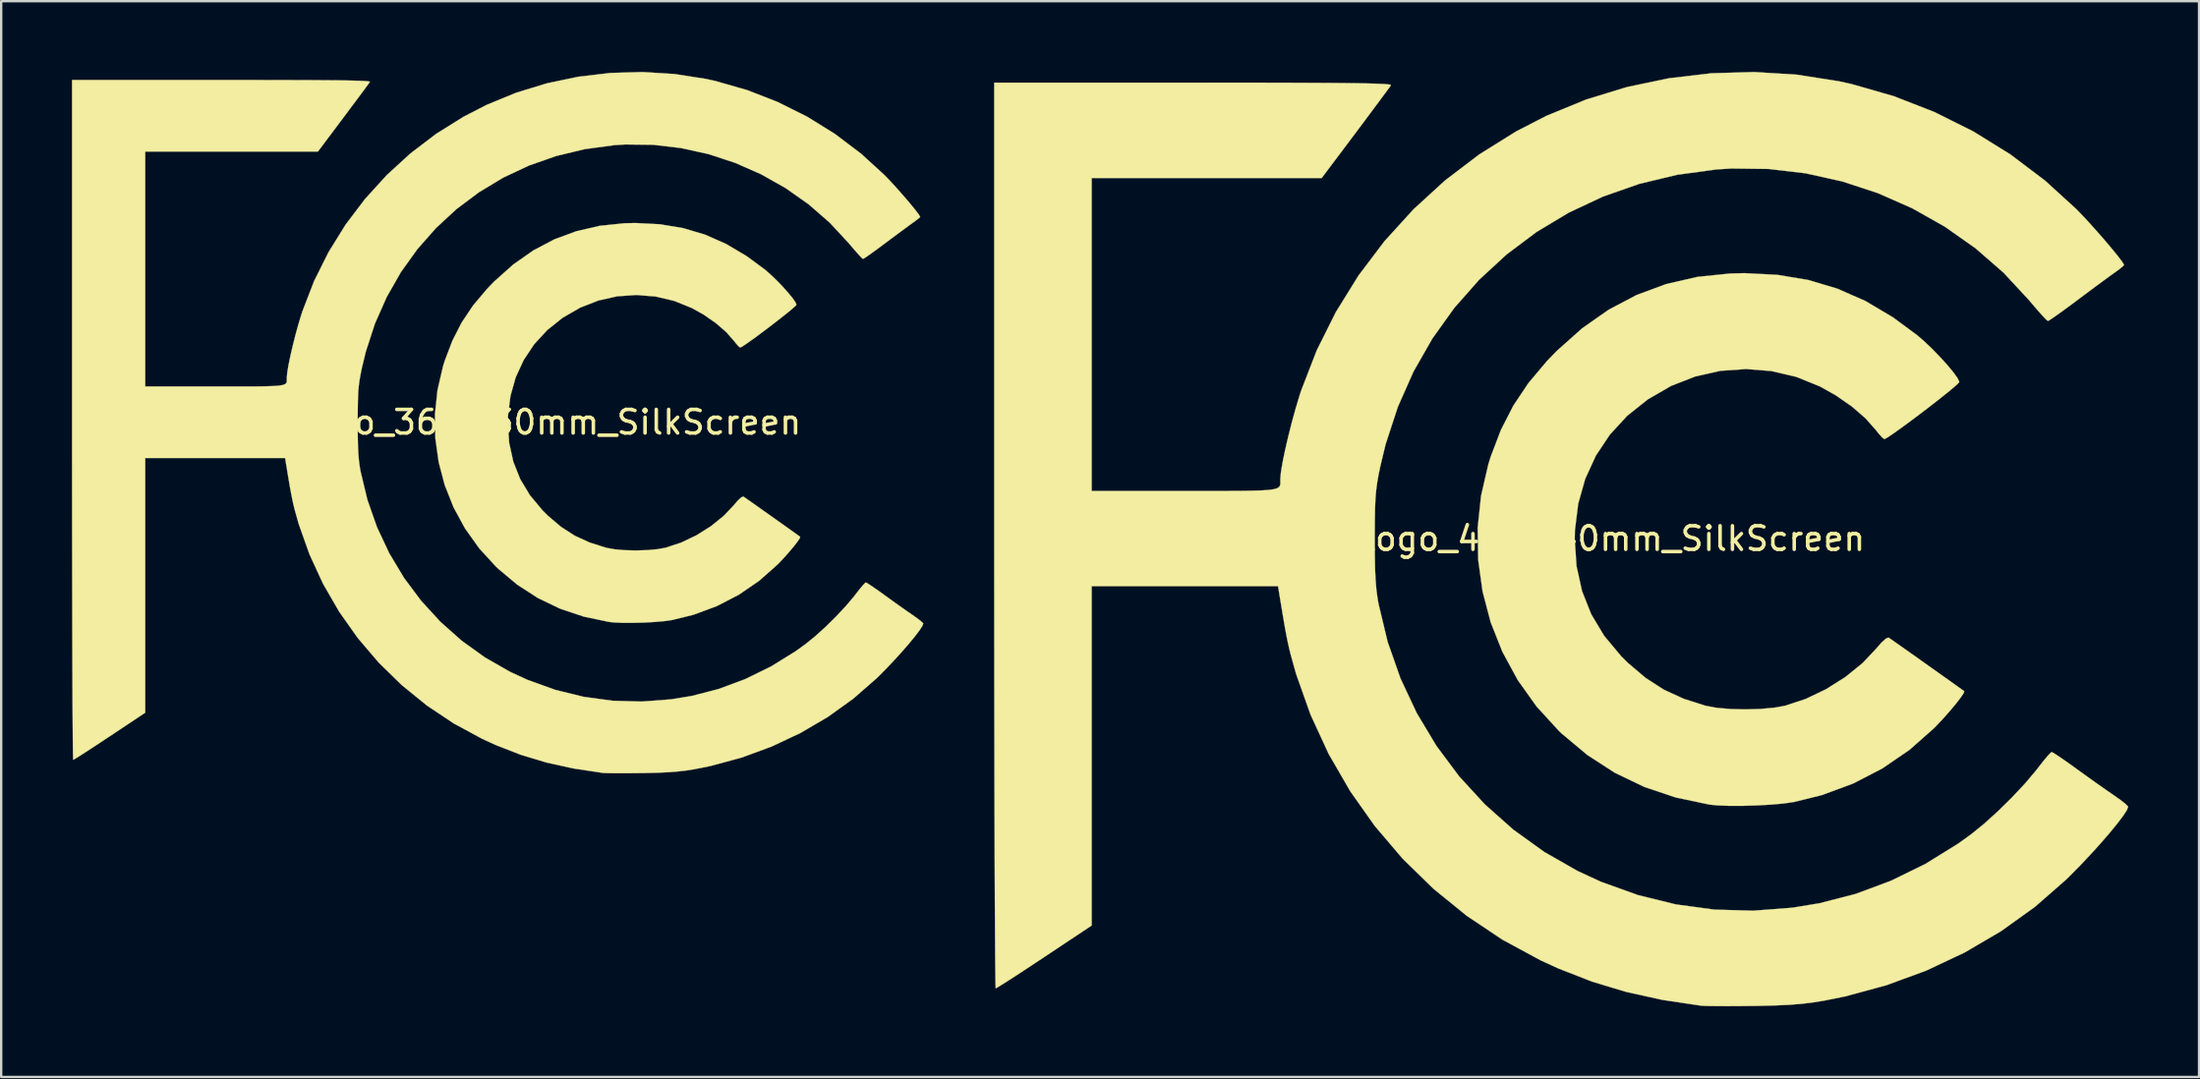
<source format=kicad_pcb>
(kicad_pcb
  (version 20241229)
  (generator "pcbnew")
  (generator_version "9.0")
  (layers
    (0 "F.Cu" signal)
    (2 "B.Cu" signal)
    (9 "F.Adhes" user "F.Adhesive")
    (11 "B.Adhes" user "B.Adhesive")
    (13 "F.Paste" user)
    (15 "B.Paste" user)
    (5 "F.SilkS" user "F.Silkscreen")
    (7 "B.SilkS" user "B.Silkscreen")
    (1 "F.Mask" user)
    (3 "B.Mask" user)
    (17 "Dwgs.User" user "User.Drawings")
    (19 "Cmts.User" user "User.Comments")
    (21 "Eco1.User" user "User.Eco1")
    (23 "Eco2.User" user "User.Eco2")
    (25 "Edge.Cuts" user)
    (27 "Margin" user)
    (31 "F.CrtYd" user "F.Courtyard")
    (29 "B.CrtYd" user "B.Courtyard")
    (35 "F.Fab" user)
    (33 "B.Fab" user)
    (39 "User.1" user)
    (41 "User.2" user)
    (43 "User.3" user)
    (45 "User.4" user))
  (footprint "FCC-Logo_48.3x40mm_SilkScreen"
    (layer "F.Cu")
    (at 63.182 19.791)
    (property "Reference" "FCC-Logo_48.3x40mm_SilkScreen" (at 0 0 0) (layer "F.SilkS") (effects (font (size 1 1) (thickness 0.15))))
    (attr exclude_from_pos_files exclude_from_bom)
    (fp_poly (pts (xy 9.118 -11.185) (xy 10.421 -10.969) (xy 11.661 -10.6) (xy 12.855 -10.074) (xy 14.019 -9.383) (xy 15.046 -8.625) (xy 15.359 -8.354) (xy 15.695 -8.033) (xy 16.027 -7.69) (xy 16.332 -7.353) (xy 16.583 -7.049) (xy 16.758 -6.805) (xy 16.83 -6.651) (xy 16.831 -6.641) (xy 16.764 -6.561) (xy 16.579 -6.398) (xy 16.301 -6.168) (xy 15.954 -5.892) (xy 15.563 -5.588) (xy 15.153 -5.275) (xy 14.748 -4.971) (xy 14.372 -4.695) (xy 14.052 -4.466) (xy 13.81 -4.303) (xy 13.672 -4.225) (xy 13.654 -4.221) (xy 13.563 -4.287) (xy 13.413 -4.454) (xy 13.315 -4.581) (xy 12.863 -5.094) (xy 12.275 -5.604) (xy 11.59 -6.079) (xy 10.932 -6.449) (xy 9.926 -6.857) (xy 8.872 -7.105) (xy 7.793 -7.191) (xy 6.71 -7.116) (xy 5.648 -6.879) (xy 4.627 -6.481) (xy 4.618 -6.477) (xy 3.624 -5.902) (xy 2.756 -5.211) (xy 2.02 -4.411) (xy 1.423 -3.516) (xy 0.973 -2.534) (xy 0.675 -1.478) (xy 0.537 -0.357) (xy 0.528 0.027) (xy 0.604 1.165) (xy 0.837 2.224) (xy 1.228 3.21) (xy 1.781 4.13) (xy 2.499 4.99) (xy 2.792 5.281) (xy 3.536 5.911) (xy 4.306 6.407) (xy 5.15 6.795) (xy 6.075 7.09) (xy 6.541 7.177) (xy 7.123 7.228) (xy 7.763 7.244) (xy 8.406 7.225) (xy 8.995 7.171) (xy 9.439 7.091) (xy 10.314 6.803) (xy 11.184 6.387) (xy 12.005 5.869) (xy 12.735 5.276) (xy 13.281 4.698) (xy 13.527 4.417) (xy 13.717 4.244) (xy 13.83 4.197) (xy 13.837 4.2) (xy 13.927 4.262) (xy 14.135 4.408) (xy 14.434 4.619) (xy 14.799 4.877) (xy 15.205 5.165) (xy 15.624 5.463) (xy 16.033 5.753) (xy 16.404 6.017) (xy 16.713 6.237) (xy 16.933 6.394) (xy 17.038 6.47) (xy 17.041 6.473) (xy 17.016 6.556) (xy 16.892 6.741) (xy 16.693 6.998) (xy 16.441 7.301) (xy 16.157 7.622) (xy 15.865 7.933) (xy 15.767 8.034) (xy 14.72 8.96) (xy 13.57 9.747) (xy 12.33 10.388) (xy 11.009 10.877) (xy 9.822 11.17) (xy 9.396 11.233) (xy 8.856 11.281) (xy 8.253 11.315) (xy 7.635 11.333) (xy 7.052 11.332) (xy 6.553 11.312) (xy 6.24 11.28) (xy 4.812 10.98) (xy 3.476 10.531) (xy 2.228 9.931) (xy 1.064 9.178) (xy -0.023 8.269) (xy -0.145 8.152) (xy -1.087 7.122) (xy -1.886 6.001) (xy -2.536 4.805) (xy -3.035 3.547) (xy -3.378 2.242) (xy -3.563 0.904) (xy -3.586 -0.452) (xy -3.442 -1.814) (xy -3.13 -3.165) (xy -3.035 -3.469) (xy -2.603 -4.603) (xy -2.078 -5.632) (xy -1.436 -6.593) (xy -0.654 -7.523) (xy -0.231 -7.96) (xy 0.841 -8.917) (xy 1.968 -9.707) (xy 3.155 -10.332) (xy 4.407 -10.795) (xy 5.728 -11.098) (xy 7.124 -11.242) (xy 7.734 -11.256) (xy 9.118 -11.185)) (stroke (width 0.01) (type solid)) (fill yes) (layer "F.SilkS"))
    (fp_poly (pts (xy 9.942 -19.674) (xy 11.72 -19.396) (xy 12.261 -19.277) (xy 14.047 -18.765) (xy 15.774 -18.092) (xy 17.428 -17.266) (xy 18.998 -16.293) (xy 20.47 -15.18) (xy 21.794 -13.973) (xy 22.076 -13.681) (xy 22.392 -13.338) (xy 22.722 -12.969) (xy 23.043 -12.599) (xy 23.334 -12.253) (xy 23.574 -11.957) (xy 23.741 -11.735) (xy 23.815 -11.612) (xy 23.816 -11.602) (xy 23.749 -11.531) (xy 23.58 -11.397) (xy 23.443 -11.299) (xy 23.246 -11.158) (xy 22.942 -10.936) (xy 22.564 -10.657) (xy 22.144 -10.344) (xy 21.865 -10.134) (xy 21.465 -9.837) (xy 21.114 -9.581) (xy 20.834 -9.383) (xy 20.651 -9.261) (xy 20.59 -9.228) (xy 20.512 -9.292) (xy 20.345 -9.467) (xy 20.114 -9.728) (xy 19.841 -10.049) (xy 19.788 -10.112) (xy 18.713 -11.272) (xy 17.519 -12.312) (xy 16.222 -13.226) (xy 14.837 -14.008) (xy 13.381 -14.65) (xy 11.869 -15.147) (xy 10.318 -15.491) (xy 8.743 -15.676) (xy 7.16 -15.695) (xy 6.543 -15.656) (xy 4.871 -15.429) (xy 3.263 -15.043) (xy 1.728 -14.505) (xy 0.273 -13.822) (xy -1.093 -13.001) (xy -2.362 -12.049) (xy -3.527 -10.974) (xy -4.578 -9.783) (xy -5.508 -8.482) (xy -6.309 -7.079) (xy -6.972 -5.582) (xy -7.49 -3.997) (xy -7.711 -3.081) (xy -7.791 -2.694) (xy -7.85 -2.356) (xy -7.892 -2.03) (xy -7.921 -1.679) (xy -7.938 -1.265) (xy -7.947 -0.754) (xy -7.95 -0.106) (xy -7.95 -0.044) (xy -7.948 0.684) (xy -7.937 1.271) (xy -7.915 1.751) (xy -7.881 2.159) (xy -7.831 2.53) (xy -7.79 2.769) (xy -7.402 4.383) (xy -6.858 5.932) (xy -6.166 7.406) (xy -5.333 8.794) (xy -4.369 10.087) (xy -3.28 11.273) (xy -2.076 12.344) (xy -0.764 13.288) (xy 0.648 14.096) (xy 1.64 14.554) (xy 3.213 15.12) (xy 4.816 15.514) (xy 6.445 15.734) (xy 8.093 15.781) (xy 9.755 15.654) (xy 10.913 15.463) (xy 12.438 15.07) (xy 13.94 14.51) (xy 15.396 13.796) (xy 16.784 12.936) (xy 17.343 12.533) (xy 17.887 12.091) (xy 18.477 11.556) (xy 19.069 10.974) (xy 19.618 10.388) (xy 20.077 9.844) (xy 20.175 9.717) (xy 20.399 9.43) (xy 20.588 9.205) (xy 20.716 9.073) (xy 20.75 9.053) (xy 20.844 9.102) (xy 21.052 9.237) (xy 21.346 9.439) (xy 21.697 9.689) (xy 21.819 9.778) (xy 22.245 10.086) (xy 22.681 10.397) (xy 23.078 10.676) (xy 23.386 10.888) (xy 23.401 10.898) (xy 23.675 11.092) (xy 23.881 11.255) (xy 23.985 11.359) (xy 23.991 11.374) (xy 23.935 11.519) (xy 23.771 11.768) (xy 23.518 12.101) (xy 23.192 12.498) (xy 22.811 12.938) (xy 22.391 13.402) (xy 21.951 13.868) (xy 21.506 14.318) (xy 21.347 14.474) (xy 20.035 15.621) (xy 18.602 16.649) (xy 17.065 17.55) (xy 15.438 18.318) (xy 13.737 18.943) (xy 11.979 19.419) (xy 11.074 19.6) (xy 10.597 19.676) (xy 10.118 19.732) (xy 9.597 19.773) (xy 8.991 19.8) (xy 8.26 19.817) (xy 8.086 19.82) (xy 7.507 19.826) (xy 6.97 19.828) (xy 6.507 19.826) (xy 6.147 19.821) (xy 5.924 19.812) (xy 5.889 19.809) (xy 4.241 19.562) (xy 2.712 19.225) (xy 1.261 18.787) (xy -0.15 18.237) (xy -0.923 17.883) (xy -2.537 17.009) (xy -4.054 15.994) (xy -5.466 14.846) (xy -6.765 13.577) (xy -7.943 12.194) (xy -8.992 10.709) (xy -9.904 9.131) (xy -10.671 7.469) (xy -11.286 5.733) (xy -11.512 4.922) (xy -11.577 4.659) (xy -11.638 4.387) (xy -11.701 4.074) (xy -11.771 3.69) (xy -11.854 3.205) (xy -11.956 2.588) (xy -12.002 2.307) (xy -12.049 2.021) (xy -19.951 2.021) (xy -19.951 16.409) (xy -21.952 17.74) (xy -22.48 18.09) (xy -22.96 18.405) (xy -23.373 18.673) (xy -23.7 18.882) (xy -23.921 19.019) (xy -24.016 19.072) (xy -24.018 19.072) (xy -24.024 18.985) (xy -24.03 18.731) (xy -24.035 18.317) (xy -24.041 17.751) (xy -24.046 17.041) (xy -24.051 16.195) (xy -24.056 15.22) (xy -24.06 14.126) (xy -24.064 12.92) (xy -24.068 11.61) (xy -24.072 10.203) (xy -24.074 8.708) (xy -24.077 7.133) (xy -24.079 5.486) (xy -24.08 3.775) (xy -24.081 2.007) (xy -24.082 0.19) (xy -24.082 -0.132) (xy -24.082 -19.336) (xy -15.639 -19.336) (xy -14.185 -19.335) (xy -12.898 -19.334) (xy -11.769 -19.332) (xy -10.789 -19.328) (xy -9.951 -19.324) (xy -9.244 -19.318) (xy -8.661 -19.31) (xy -8.193 -19.301) (xy -7.83 -19.29) (xy -7.564 -19.278) (xy -7.387 -19.263) (xy -7.289 -19.247) (xy -7.262 -19.228) (xy -7.263 -19.226) (xy -7.331 -19.129) (xy -7.491 -18.911) (xy -7.728 -18.591) (xy -8.027 -18.189) (xy -8.374 -17.724) (xy -8.754 -17.216) (xy -8.763 -17.204) (xy -10.198 -15.293) (xy -19.951 -15.293) (xy -19.951 -2.021) (xy -16.005 -2.021) (xy -15.055 -2.021) (xy -14.266 -2.021) (xy -13.623 -2.024) (xy -13.111 -2.031) (xy -12.715 -2.044) (xy -12.421 -2.065) (xy -12.213 -2.096) (xy -12.077 -2.139) (xy -11.998 -2.195) (xy -11.96 -2.266) (xy -11.95 -2.355) (xy -11.952 -2.462) (xy -11.953 -2.523) (xy -11.928 -2.808) (xy -11.859 -3.225) (xy -11.753 -3.74) (xy -11.619 -4.319) (xy -11.466 -4.926) (xy -11.3 -5.526) (xy -11.132 -6.085) (xy -11.072 -6.269) (xy -10.411 -7.978) (xy -9.596 -9.611) (xy -8.636 -11.158) (xy -7.539 -12.61) (xy -6.315 -13.956) (xy -4.972 -15.187) (xy -3.518 -16.293) (xy -1.963 -17.264) (xy -0.673 -17.928) (xy 0.999 -18.615) (xy 2.734 -19.147) (xy 4.514 -19.52) (xy 6.321 -19.734) (xy 8.136 -19.786) (xy 9.942 -19.674)) (stroke (width 0.01) (type solid)) (fill yes) (layer "F.SilkS")))
  (footprint "FCC-Logo_36.3x30mm_SilkScreen"
    (layer "F.Cu")
    (at 18.082 14.857)
    (property "Reference" "FCC-Logo_36.3x30mm_SilkScreen" (at 0 0 0) (layer "F.SilkS") (effects (font (size 1 1) (thickness 0.15))))
    (attr exclude_from_pos_files exclude_from_bom)
    (fp_poly (pts (xy 6.844 -8.396) (xy 7.823 -8.234) (xy 8.754 -7.957) (xy 9.65 -7.562) (xy 10.524 -7.044) (xy 11.294 -6.475) (xy 11.529 -6.271) (xy 11.781 -6.03) (xy 12.031 -5.773) (xy 12.259 -5.519) (xy 12.448 -5.291) (xy 12.579 -5.108) (xy 12.634 -4.992) (xy 12.634 -4.985) (xy 12.584 -4.925) (xy 12.445 -4.802) (xy 12.236 -4.63) (xy 11.976 -4.423) (xy 11.682 -4.195) (xy 11.374 -3.959) (xy 11.07 -3.731) (xy 10.789 -3.524) (xy 10.548 -3.353) (xy 10.366 -3.23) (xy 10.263 -3.172) (xy 10.25 -3.168) (xy 10.181 -3.218) (xy 10.069 -3.344) (xy 9.995 -3.439) (xy 9.656 -3.824) (xy 9.215 -4.206) (xy 8.7 -4.564) (xy 8.206 -4.841) (xy 7.451 -5.147) (xy 6.66 -5.333) (xy 5.85 -5.398) (xy 5.037 -5.342) (xy 4.24 -5.164) (xy 3.474 -4.865) (xy 3.467 -4.862) (xy 2.72 -4.431) (xy 2.069 -3.911) (xy 1.516 -3.311) (xy 1.069 -2.639) (xy 0.73 -1.902) (xy 0.507 -1.109) (xy 0.403 -0.268) (xy 0.396 0.02) (xy 0.454 0.874) (xy 0.628 1.669) (xy 0.922 2.41) (xy 1.337 3.1) (xy 1.876 3.746) (xy 2.096 3.964) (xy 2.654 4.437) (xy 3.232 4.81) (xy 3.866 5.101) (xy 4.56 5.322) (xy 4.91 5.387) (xy 5.347 5.426) (xy 5.827 5.438) (xy 6.31 5.423) (xy 6.752 5.383) (xy 7.085 5.322) (xy 7.742 5.106) (xy 8.395 4.794) (xy 9.012 4.405) (xy 9.56 3.961) (xy 9.97 3.527) (xy 10.154 3.315) (xy 10.296 3.186) (xy 10.382 3.15) (xy 10.387 3.152) (xy 10.454 3.199) (xy 10.61 3.309) (xy 10.835 3.467) (xy 11.109 3.661) (xy 11.413 3.877) (xy 11.728 4.1) (xy 12.035 4.318) (xy 12.314 4.516) (xy 12.545 4.681) (xy 12.71 4.8) (xy 12.79 4.857) (xy 12.792 4.859) (xy 12.773 4.921) (xy 12.68 5.06) (xy 12.531 5.253) (xy 12.341 5.48) (xy 12.129 5.721) (xy 11.909 5.955) (xy 11.835 6.031) (xy 11.049 6.726) (xy 10.187 7.317) (xy 9.255 7.798) (xy 8.264 8.165) (xy 7.373 8.385) (xy 7.053 8.432) (xy 6.648 8.468) (xy 6.195 8.494) (xy 5.731 8.507) (xy 5.293 8.507) (xy 4.919 8.492) (xy 4.684 8.467) (xy 3.612 8.242) (xy 2.609 7.905) (xy 1.673 7.455) (xy 0.798 6.889) (xy -0.017 6.207) (xy -0.109 6.119) (xy -0.816 5.346) (xy -1.416 4.505) (xy -1.904 3.607) (xy -2.278 2.663) (xy -2.536 1.683) (xy -2.675 0.679) (xy -2.692 -0.34) (xy -2.584 -1.361) (xy -2.349 -2.376) (xy -2.278 -2.604) (xy -1.954 -3.455) (xy -1.56 -4.228) (xy -1.078 -4.949) (xy -0.491 -5.647) (xy -0.174 -5.975) (xy 0.631 -6.693) (xy 1.477 -7.286) (xy 2.368 -7.756) (xy 3.308 -8.103) (xy 4.3 -8.331) (xy 5.348 -8.439) (xy 5.806 -8.449) (xy 6.844 -8.396)) (stroke (width 0.01) (type solid)) (fill yes) (layer "F.SilkS"))
    (fp_poly (pts (xy 7.463 -14.768) (xy 8.798 -14.56) (xy 9.203 -14.47) (xy 10.544 -14.086) (xy 11.84 -13.581) (xy 13.083 -12.961) (xy 14.261 -12.23) (xy 15.366 -11.395) (xy 16.359 -10.489) (xy 16.571 -10.27) (xy 16.809 -10.012) (xy 17.056 -9.735) (xy 17.297 -9.458) (xy 17.516 -9.198) (xy 17.696 -8.975) (xy 17.821 -8.809) (xy 17.876 -8.716) (xy 17.878 -8.709) (xy 17.827 -8.656) (xy 17.7 -8.556) (xy 17.597 -8.482) (xy 17.45 -8.376) (xy 17.222 -8.209) (xy 16.938 -7.999) (xy 16.623 -7.765) (xy 16.413 -7.607) (xy 16.113 -7.384) (xy 15.849 -7.192) (xy 15.639 -7.043) (xy 15.502 -6.951) (xy 15.456 -6.927) (xy 15.397 -6.975) (xy 15.272 -7.107) (xy 15.099 -7.302) (xy 14.894 -7.543) (xy 14.854 -7.591) (xy 14.047 -8.461) (xy 13.151 -9.242) (xy 12.177 -9.928) (xy 11.137 -10.515) (xy 10.044 -10.997) (xy 8.91 -11.37) (xy 7.745 -11.628) (xy 6.563 -11.767) (xy 5.375 -11.781) (xy 4.911 -11.752) (xy 3.656 -11.582) (xy 2.449 -11.292) (xy 1.297 -10.888) (xy 0.205 -10.375) (xy -0.82 -9.759) (xy -1.773 -9.045) (xy -2.647 -8.238) (xy -3.436 -7.343) (xy -4.135 -6.367) (xy -4.736 -5.314) (xy -5.234 -4.19) (xy -5.622 -3) (xy -5.789 -2.313) (xy -5.848 -2.022) (xy -5.893 -1.769) (xy -5.924 -1.524) (xy -5.946 -1.26) (xy -5.958 -0.95) (xy -5.965 -0.566) (xy -5.968 -0.079) (xy -5.968 -0.033) (xy -5.966 0.514) (xy -5.958 0.954) (xy -5.942 1.315) (xy -5.916 1.621) (xy -5.879 1.899) (xy -5.848 2.078) (xy -5.557 3.29) (xy -5.148 4.453) (xy -4.628 5.559) (xy -4.003 6.601) (xy -3.279 7.572) (xy -2.462 8.462) (xy -1.558 9.266) (xy -0.573 9.975) (xy 0.486 10.581) (xy 1.231 10.925) (xy 2.412 11.35) (xy 3.615 11.645) (xy 4.838 11.811) (xy 6.075 11.846) (xy 7.322 11.751) (xy 8.192 11.608) (xy 9.336 11.312) (xy 10.464 10.892) (xy 11.557 10.356) (xy 12.599 9.711) (xy 13.019 9.408) (xy 13.427 9.076) (xy 13.87 8.675) (xy 14.314 8.237) (xy 14.726 7.798) (xy 15.071 7.39) (xy 15.144 7.294) (xy 15.312 7.078) (xy 15.454 6.909) (xy 15.55 6.811) (xy 15.576 6.795) (xy 15.647 6.832) (xy 15.803 6.934) (xy 16.023 7.085) (xy 16.287 7.273) (xy 16.378 7.34) (xy 16.698 7.571) (xy 17.025 7.804) (xy 17.323 8.014) (xy 17.555 8.173) (xy 17.566 8.181) (xy 17.771 8.326) (xy 17.927 8.449) (xy 18.004 8.527) (xy 18.009 8.538) (xy 17.967 8.647) (xy 17.844 8.834) (xy 17.654 9.084) (xy 17.409 9.382) (xy 17.123 9.712) (xy 16.808 10.06) (xy 16.477 10.41) (xy 16.144 10.748) (xy 16.024 10.865) (xy 15.039 11.726) (xy 13.964 12.497) (xy 12.81 13.174) (xy 11.588 13.75) (xy 10.312 14.22) (xy 8.992 14.577) (xy 8.313 14.713) (xy 7.954 14.77) (xy 7.595 14.812) (xy 7.204 14.842) (xy 6.749 14.863) (xy 6.2 14.876) (xy 6.07 14.878) (xy 5.635 14.882) (xy 5.232 14.884) (xy 4.884 14.883) (xy 4.614 14.879) (xy 4.447 14.872) (xy 4.42 14.87) (xy 3.184 14.684) (xy 2.036 14.431) (xy 0.947 14.102) (xy -0.112 13.69) (xy -0.693 13.424) (xy -1.904 12.768) (xy -3.043 12.006) (xy -4.103 11.144) (xy -5.078 10.191) (xy -5.962 9.154) (xy -6.75 8.039) (xy -7.434 6.854) (xy -8.01 5.606) (xy -8.472 4.303) (xy -8.642 3.695) (xy -8.69 3.498) (xy -8.736 3.293) (xy -8.783 3.058) (xy -8.836 2.77) (xy -8.898 2.406) (xy -8.975 1.943) (xy -9.01 1.732) (xy -9.044 1.517) (xy -14.976 1.517) (xy -14.976 12.317) (xy -16.478 13.317) (xy -16.874 13.579) (xy -17.235 13.816) (xy -17.545 14.017) (xy -17.79 14.174) (xy -17.956 14.277) (xy -18.028 14.316) (xy -18.029 14.316) (xy -18.033 14.251) (xy -18.038 14.06) (xy -18.042 13.749) (xy -18.046 13.325) (xy -18.05 12.792) (xy -18.054 12.156) (xy -18.058 11.425) (xy -18.061 10.604) (xy -18.064 9.698) (xy -18.067 8.715) (xy -18.069 7.659) (xy -18.071 6.537) (xy -18.073 5.355) (xy -18.075 4.118) (xy -18.076 2.833) (xy -18.077 1.506) (xy -18.077 0.143) (xy -18.077 -0.099) (xy -18.077 -14.514) (xy -11.739 -14.514) (xy -10.648 -14.514) (xy -9.682 -14.513) (xy -8.834 -14.511) (xy -8.099 -14.509) (xy -7.47 -14.505) (xy -6.939 -14.501) (xy -6.501 -14.495) (xy -6.15 -14.488) (xy -5.877 -14.48) (xy -5.678 -14.471) (xy -5.545 -14.46) (xy -5.471 -14.447) (xy -5.451 -14.433) (xy -5.452 -14.432) (xy -5.503 -14.359) (xy -5.623 -14.195) (xy -5.801 -13.955) (xy -6.025 -13.654) (xy -6.286 -13.305) (xy -6.572 -12.923) (xy -6.578 -12.914) (xy -7.655 -11.479) (xy -14.976 -11.479) (xy -14.976 -1.517) (xy -12.014 -1.517) (xy -11.301 -1.517) (xy -10.709 -1.517) (xy -10.226 -1.519) (xy -9.842 -1.525) (xy -9.544 -1.535) (xy -9.324 -1.55) (xy -9.168 -1.574) (xy -9.065 -1.606) (xy -9.006 -1.648) (xy -8.978 -1.701) (xy -8.97 -1.768) (xy -8.972 -1.848) (xy -8.972 -1.894) (xy -8.954 -2.107) (xy -8.902 -2.421) (xy -8.822 -2.808) (xy -8.722 -3.242) (xy -8.607 -3.697) (xy -8.483 -4.148) (xy -8.356 -4.567) (xy -8.311 -4.706) (xy -7.815 -5.989) (xy -7.203 -7.214) (xy -6.483 -8.376) (xy -5.659 -9.466) (xy -4.74 -10.476) (xy -3.732 -11.4) (xy -2.641 -12.231) (xy -1.474 -12.96) (xy -0.505 -13.458) (xy 0.75 -13.974) (xy 2.052 -14.373) (xy 3.388 -14.653) (xy 4.744 -14.813) (xy 6.107 -14.852) (xy 7.463 -14.768)) (stroke (width 0.01) (type solid)) (fill yes) (layer "F.SilkS")))
  (gr_rect
    (start -3 -3)
    (end 90.178 42.624)
    (stroke (width 0.1) (type default))
    (fill no)
    (layer "Edge.Cuts")))
</source>
